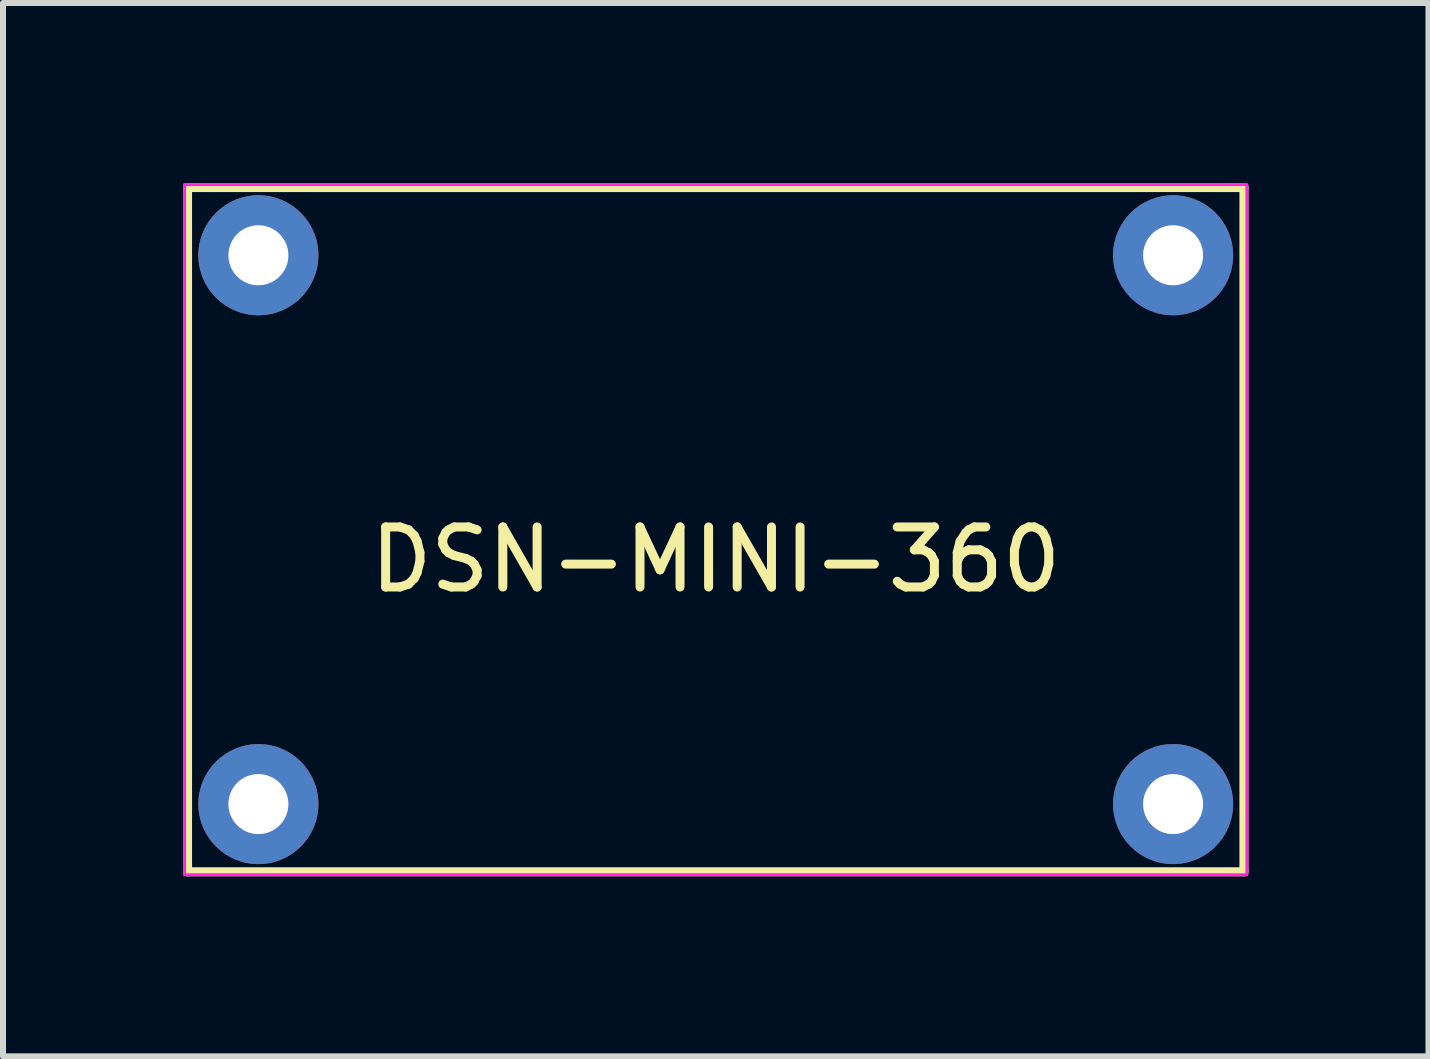
<source format=kicad_pcb>
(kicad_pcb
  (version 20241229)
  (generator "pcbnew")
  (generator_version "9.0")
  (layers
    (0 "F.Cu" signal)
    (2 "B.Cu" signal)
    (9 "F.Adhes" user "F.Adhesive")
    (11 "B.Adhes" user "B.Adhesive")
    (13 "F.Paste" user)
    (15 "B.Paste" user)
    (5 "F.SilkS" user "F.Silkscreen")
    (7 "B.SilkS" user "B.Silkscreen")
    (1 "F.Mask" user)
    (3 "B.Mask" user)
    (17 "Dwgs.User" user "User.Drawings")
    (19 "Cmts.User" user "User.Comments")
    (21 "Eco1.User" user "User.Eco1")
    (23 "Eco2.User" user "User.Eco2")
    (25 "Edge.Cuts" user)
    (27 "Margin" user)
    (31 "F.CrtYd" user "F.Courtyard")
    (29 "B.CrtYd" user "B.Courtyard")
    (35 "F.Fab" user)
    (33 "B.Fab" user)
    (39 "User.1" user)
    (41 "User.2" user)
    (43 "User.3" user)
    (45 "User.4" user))
  (footprint "DSN-MINI-360"
    (layer "F.Cu")
    (at 8.875 5.775)
    (property "Reference" "DSN-MINI-360" (at 0 0.5 0) (layer "F.SilkS") (effects (font (size 1 1) (thickness 0.15))))
    (attr through_hole)
    (fp_line (start -8.8 -5.7) (end 8.8 -5.7) (stroke (width 0.15) (type solid)) (layer "F.SilkS"))
    (fp_line (start -8.8 5.7) (end -8.8 -5.7) (stroke (width 0.15) (type solid)) (layer "F.SilkS"))
    (fp_line (start 8.8 -5.7) (end 8.8 5.7) (stroke (width 0.15) (type solid)) (layer "F.SilkS"))
    (fp_line (start 8.8 5.7) (end -8.8 5.7) (stroke (width 0.15) (type solid)) (layer "F.SilkS"))
    (fp_rect (start -8.85 -5.75) (end 8.85 5.75) (stroke (width 0.05) (type default)) (fill no) (layer "F.CrtYd"))
    (pad "IN+" thru_hole circle (at -7.62 4.572) (size 2 2) (drill 1) (layers "*.Cu" "*.Mask"))
    (pad "IN-" thru_hole circle (at -7.62 -4.572) (size 2 2) (drill 1) (layers "*.Cu" "*.Mask"))
    (pad "OUT+" thru_hole circle (at 7.62 4.572) (size 2 2) (drill 1) (layers "*.Cu" "*.Mask"))
    (pad "OUT-" thru_hole circle (at 7.62 -4.572) (size 2 2) (drill 1) (layers "*.Cu" "*.Mask")))
  (gr_rect
    (start -3 -3)
    (end 20.75 14.55)
    (stroke (width 0.1) (type default))
    (fill no)
    (layer "Edge.Cuts")))
</source>
